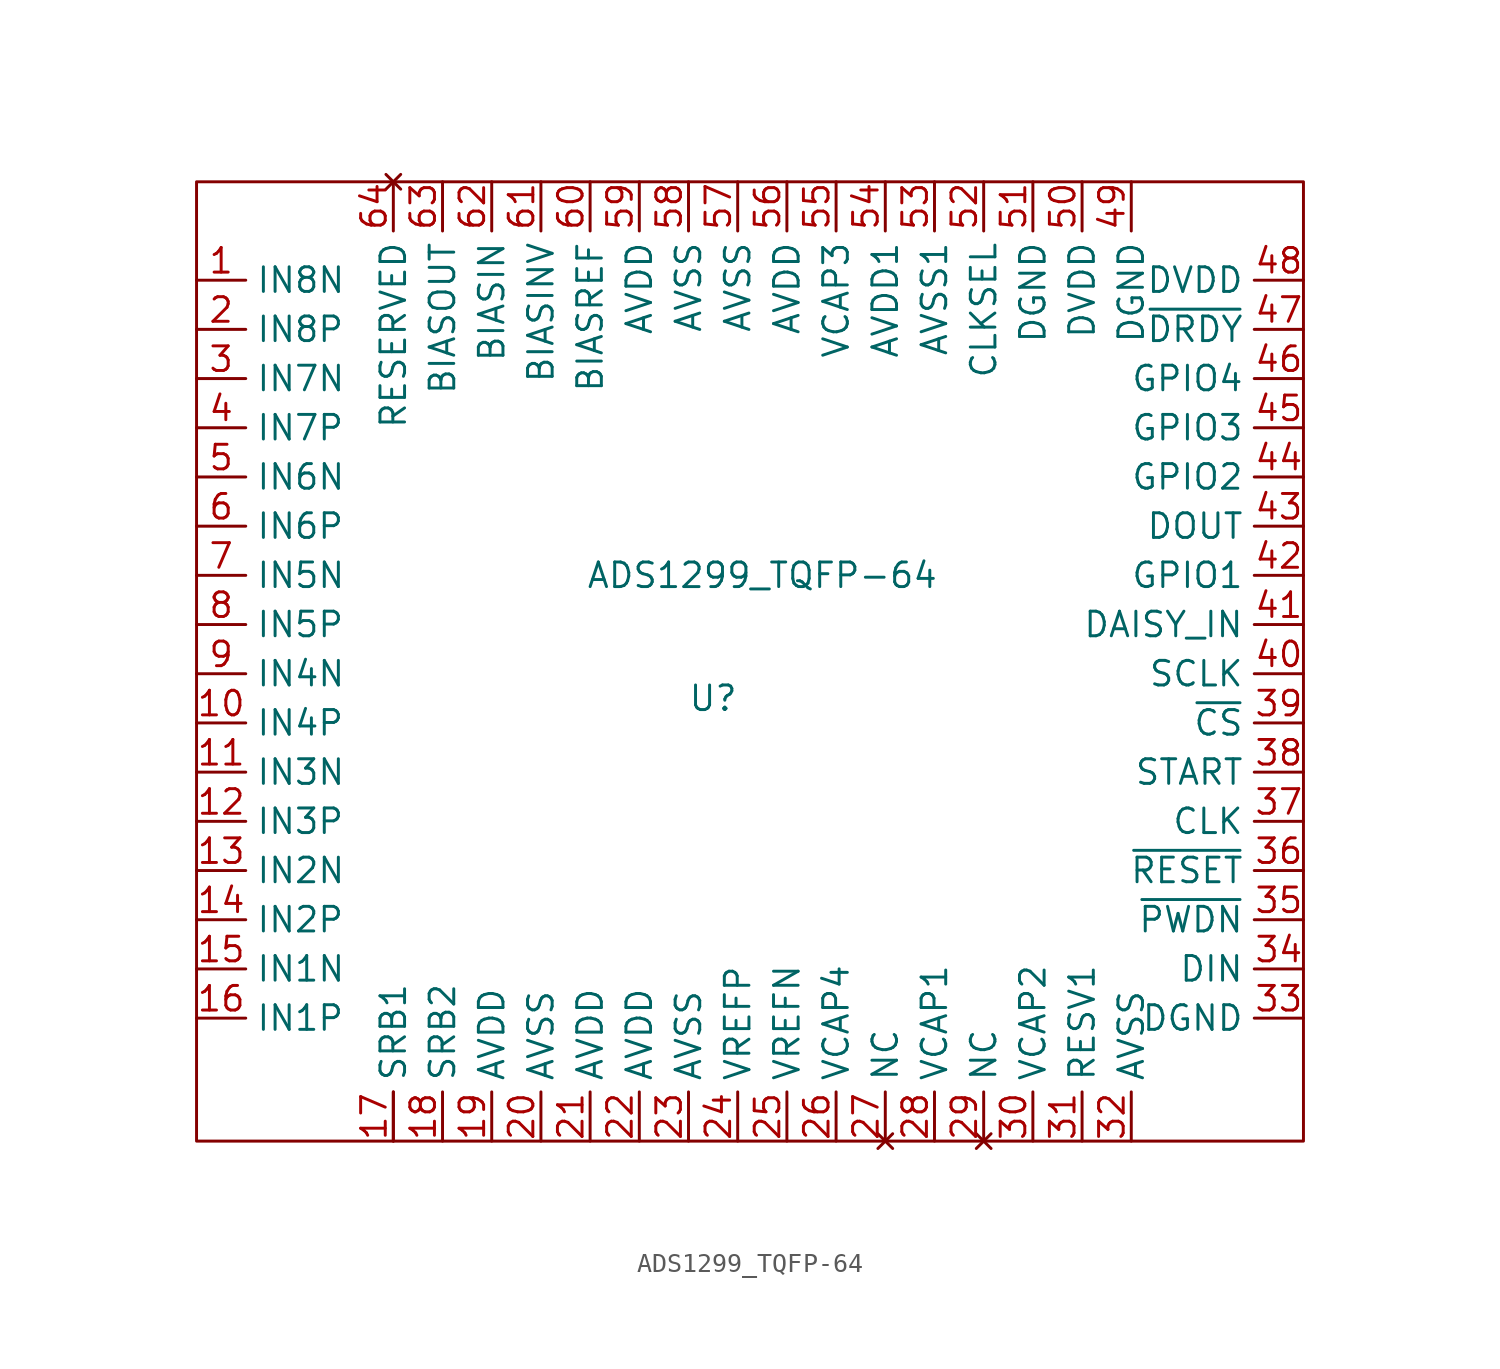
<source format=kicad_sym>
(kicad_symbol_lib
  (version 20211014)
  (generator kicad_symbol_editor)
  (symbol "ADS1299_TQFP-64"
    (property "Reference" "U"
      (at -2.54 -2.54 0)
      (effects (font (size 1.27 1.27))))
    (property "Value" "ADS1299_TQFP-64"
      (at 0 3.81 0)
      (effects (font (size 1.27 1.27))))
    (symbol "ADS1299_TQFP-64_0_1"
      (rectangle (start -29.21 24.13) (end 27.94 -25.4) (stroke (width 0) (type default) (color 0 0 0 0)) (fill (type none))))
    (symbol "ADS1299_TQFP-64_1_1"
      (pin input line (at -19.05 -25.4 90) (length 2.54) (name "" (effects (font (size 1.27 1.27)))) (number "" (effects (font (size 1.27 1.27)))))
      (pin input line (at -29.21 19.05 0) (length 2.54) (name "IN8N" (effects (font (size 1.27 1.27)))) (number "1" (effects (font (size 1.27 1.27)))))
      (pin input line (at -29.21 -3.81 0) (length 2.54) (name "IN4P" (effects (font (size 1.27 1.27)))) (number "10" (effects (font (size 1.27 1.27)))))
      (pin input line (at -29.21 -6.35 0) (length 2.54) (name "IN3N" (effects (font (size 1.27 1.27)))) (number "11" (effects (font (size 1.27 1.27)))))
      (pin input line (at -29.21 -8.89 0) (length 2.54) (name "IN3P" (effects (font (size 1.27 1.27)))) (number "12" (effects (font (size 1.27 1.27)))))
      (pin input line (at -29.21 -11.43 0) (length 2.54) (name "IN2N" (effects (font (size 1.27 1.27)))) (number "13" (effects (font (size 1.27 1.27)))))
      (pin input line (at -29.21 -13.97 0) (length 2.54) (name "IN2P" (effects (font (size 1.27 1.27)))) (number "14" (effects (font (size 1.27 1.27)))))
      (pin input line (at -29.21 -16.51 0) (length 2.54) (name "IN1N" (effects (font (size 1.27 1.27)))) (number "15" (effects (font (size 1.27 1.27)))))
      (pin input line (at -29.21 -19.05 0) (length 2.54) (name "IN1P" (effects (font (size 1.27 1.27)))) (number "16" (effects (font (size 1.27 1.27)))))
      (pin input line (at -19.05 -25.4 90) (length 2.54) (name "SRB1" (effects (font (size 1.27 1.27)))) (number "17" (effects (font (size 1.27 1.27)))))
      (pin input line (at -16.51 -25.4 90) (length 2.54) (name "SRB2" (effects (font (size 1.27 1.27)))) (number "18" (effects (font (size 1.27 1.27)))))
      (pin input line (at -13.97 -25.4 90) (length 2.54) (name "AVDD" (effects (font (size 1.27 1.27)))) (number "19" (effects (font (size 1.27 1.27)))))
      (pin input line (at -29.21 16.51 0) (length 2.54) (name "IN8P" (effects (font (size 1.27 1.27)))) (number "2" (effects (font (size 1.27 1.27)))))
      (pin input line (at -11.43 -25.4 90) (length 2.54) (name "AVSS" (effects (font (size 1.27 1.27)))) (number "20" (effects (font (size 1.27 1.27)))))
      (pin input line (at -8.89 -25.4 90) (length 2.54) (name "AVDD" (effects (font (size 1.27 1.27)))) (number "21" (effects (font (size 1.27 1.27)))))
      (pin input line (at -6.35 -25.4 90) (length 2.54) (name "AVDD" (effects (font (size 1.27 1.27)))) (number "22" (effects (font (size 1.27 1.27)))))
      (pin input line (at -3.81 -25.4 90) (length 2.54) (name "AVSS" (effects (font (size 1.27 1.27)))) (number "23" (effects (font (size 1.27 1.27)))))
      (pin input line (at -1.27 -25.4 90) (length 2.54) (name "VREFP" (effects (font (size 1.27 1.27)))) (number "24" (effects (font (size 1.27 1.27)))))
      (pin input line (at 1.27 -25.4 90) (length 2.54) (name "VREFN" (effects (font (size 1.27 1.27)))) (number "25" (effects (font (size 1.27 1.27)))))
      (pin input line (at 3.81 -25.4 90) (length 2.54) (name "VCAP4" (effects (font (size 1.27 1.27)))) (number "26" (effects (font (size 1.27 1.27)))))
      (pin no_connect line (at 6.35 -25.4 90) (length 2.54) (name "NC" (effects (font (size 1.27 1.27)))) (number "27" (effects (font (size 1.27 1.27)))))
      (pin input line (at 8.89 -25.4 90) (length 2.54) (name "VCAP1" (effects (font (size 1.27 1.27)))) (number "28" (effects (font (size 1.27 1.27)))))
      (pin no_connect line (at 11.43 -25.4 90) (length 2.54) (name "NC" (effects (font (size 1.27 1.27)))) (number "29" (effects (font (size 1.27 1.27)))))
      (pin input line (at -29.21 13.97 0) (length 2.54) (name "IN7N" (effects (font (size 1.27 1.27)))) (number "3" (effects (font (size 1.27 1.27)))))
      (pin input line (at 13.97 -25.4 90) (length 2.54) (name "VCAP2" (effects (font (size 1.27 1.27)))) (number "30" (effects (font (size 1.27 1.27)))))
      (pin input line (at 16.51 -25.4 90) (length 2.54) (name "RESV1" (effects (font (size 1.27 1.27)))) (number "31" (effects (font (size 1.27 1.27)))))
      (pin input line (at 19.05 -25.4 90) (length 2.54) (name "AVSS" (effects (font (size 1.27 1.27)))) (number "32" (effects (font (size 1.27 1.27)))))
      (pin input line (at 27.94 -19.05 180) (length 2.54) (name "DGND" (effects (font (size 1.27 1.27)))) (number "33" (effects (font (size 1.27 1.27)))))
      (pin input line (at 27.94 -16.51 180) (length 2.54) (name "DIN" (effects (font (size 1.27 1.27)))) (number "34" (effects (font (size 1.27 1.27)))))
      (pin input line (at 27.94 -13.97 180) (length 2.54) (name "~{PWDN}" (effects (font (size 1.27 1.27)))) (number "35" (effects (font (size 1.27 1.27)))))
      (pin input line (at 27.94 -11.43 180) (length 2.54) (name "~{RESET}" (effects (font (size 1.27 1.27)))) (number "36" (effects (font (size 1.27 1.27)))))
      (pin input line (at 27.94 -8.89 180) (length 2.54) (name "CLK" (effects (font (size 1.27 1.27)))) (number "37" (effects (font (size 1.27 1.27)))))
      (pin input line (at 27.94 -6.35 180) (length 2.54) (name "START" (effects (font (size 1.27 1.27)))) (number "38" (effects (font (size 1.27 1.27)))))
      (pin input line (at 27.94 -3.81 180) (length 2.54) (name "~{CS}" (effects (font (size 1.27 1.27)))) (number "39" (effects (font (size 1.27 1.27)))))
      (pin input line (at -29.21 11.43 0) (length 2.54) (name "IN7P" (effects (font (size 1.27 1.27)))) (number "4" (effects (font (size 1.27 1.27)))))
      (pin input line (at 27.94 -1.27 180) (length 2.54) (name "SCLK" (effects (font (size 1.27 1.27)))) (number "40" (effects (font (size 1.27 1.27)))))
      (pin input line (at 27.94 1.27 180) (length 2.54) (name "DAISY_IN" (effects (font (size 1.27 1.27)))) (number "41" (effects (font (size 1.27 1.27)))))
      (pin bidirectional line (at 27.94 3.81 180) (length 2.54) (name "GPIO1" (effects (font (size 1.27 1.27)))) (number "42" (effects (font (size 1.27 1.27)))))
      (pin output line (at 27.94 6.35 180) (length 2.54) (name "DOUT" (effects (font (size 1.27 1.27)))) (number "43" (effects (font (size 1.27 1.27)))))
      (pin bidirectional line (at 27.94 8.89 180) (length 2.54) (name "GPIO2" (effects (font (size 1.27 1.27)))) (number "44" (effects (font (size 1.27 1.27)))))
      (pin bidirectional line (at 27.94 11.43 180) (length 2.54) (name "GPIO3" (effects (font (size 1.27 1.27)))) (number "45" (effects (font (size 1.27 1.27)))))
      (pin bidirectional line (at 27.94 13.97 180) (length 2.54) (name "GPIO4" (effects (font (size 1.27 1.27)))) (number "46" (effects (font (size 1.27 1.27)))))
      (pin input line (at 27.94 16.51 180) (length 2.54) (name "~{DRDY}" (effects (font (size 1.27 1.27)))) (number "47" (effects (font (size 1.27 1.27)))))
      (pin input line (at 27.94 19.05 180) (length 2.54) (name "DVDD" (effects (font (size 1.27 1.27)))) (number "48" (effects (font (size 1.27 1.27)))))
      (pin input line (at 19.05 24.13 270) (length 2.54) (name "DGND" (effects (font (size 1.27 1.27)))) (number "49" (effects (font (size 1.27 1.27)))))
      (pin input line (at -29.21 8.89 0) (length 2.54) (name "IN6N" (effects (font (size 1.27 1.27)))) (number "5" (effects (font (size 1.27 1.27)))))
      (pin input line (at 16.51 24.13 270) (length 2.54) (name "DVDD" (effects (font (size 1.27 1.27)))) (number "50" (effects (font (size 1.27 1.27)))))
      (pin input line (at 13.97 24.13 270) (length 2.54) (name "DGND" (effects (font (size 1.27 1.27)))) (number "51" (effects (font (size 1.27 1.27)))))
      (pin input line (at 11.43 24.13 270) (length 2.54) (name "CLKSEL" (effects (font (size 1.27 1.27)))) (number "52" (effects (font (size 1.27 1.27)))))
      (pin input line (at 8.89 24.13 270) (length 2.54) (name "AVSS1" (effects (font (size 1.27 1.27)))) (number "53" (effects (font (size 1.27 1.27)))))
      (pin input line (at 6.35 24.13 270) (length 2.54) (name "AVDD1" (effects (font (size 1.27 1.27)))) (number "54" (effects (font (size 1.27 1.27)))))
      (pin input line (at 3.81 24.13 270) (length 2.54) (name "VCAP3" (effects (font (size 1.27 1.27)))) (number "55" (effects (font (size 1.27 1.27)))))
      (pin input line (at 1.27 24.13 270) (length 2.54) (name "AVDD" (effects (font (size 1.27 1.27)))) (number "56" (effects (font (size 1.27 1.27)))))
      (pin input line (at -1.27 24.13 270) (length 2.54) (name "AVSS" (effects (font (size 1.27 1.27)))) (number "57" (effects (font (size 1.27 1.27)))))
      (pin input line (at -3.81 24.13 270) (length 2.54) (name "AVSS" (effects (font (size 1.27 1.27)))) (number "58" (effects (font (size 1.27 1.27)))))
      (pin input line (at -6.35 24.13 270) (length 2.54) (name "AVDD" (effects (font (size 1.27 1.27)))) (number "59" (effects (font (size 1.27 1.27)))))
      (pin input line (at -29.21 6.35 0) (length 2.54) (name "IN6P" (effects (font (size 1.27 1.27)))) (number "6" (effects (font (size 1.27 1.27)))))
      (pin input line (at -8.89 24.13 270) (length 2.54) (name "BIASREF" (effects (font (size 1.27 1.27)))) (number "60" (effects (font (size 1.27 1.27)))))
      (pin input line (at -11.43 24.13 270) (length 2.54) (name "BIASINV" (effects (font (size 1.27 1.27)))) (number "61" (effects (font (size 1.27 1.27)))))
      (pin input line (at -13.97 24.13 270) (length 2.54) (name "BIASIN" (effects (font (size 1.27 1.27)))) (number "62" (effects (font (size 1.27 1.27)))))
      (pin output line (at -16.51 24.13 270) (length 2.54) (name "BIASOUT" (effects (font (size 1.27 1.27)))) (number "63" (effects (font (size 1.27 1.27)))))
      (pin no_connect line (at -19.05 24.13 270) (length 2.54) (name "RESERVED" (effects (font (size 1.27 1.27)))) (number "64" (effects (font (size 1.27 1.27)))))
      (pin input line (at -29.21 3.81 0) (length 2.54) (name "IN5N" (effects (font (size 1.27 1.27)))) (number "7" (effects (font (size 1.27 1.27)))))
      (pin input line (at -29.21 1.27 0) (length 2.54) (name "IN5P" (effects (font (size 1.27 1.27)))) (number "8" (effects (font (size 1.27 1.27)))))
      (pin input line (at -29.21 -1.27 0) (length 2.54) (name "IN4N" (effects (font (size 1.27 1.27)))) (number "9" (effects (font (size 1.27 1.27))))))))
</source>
